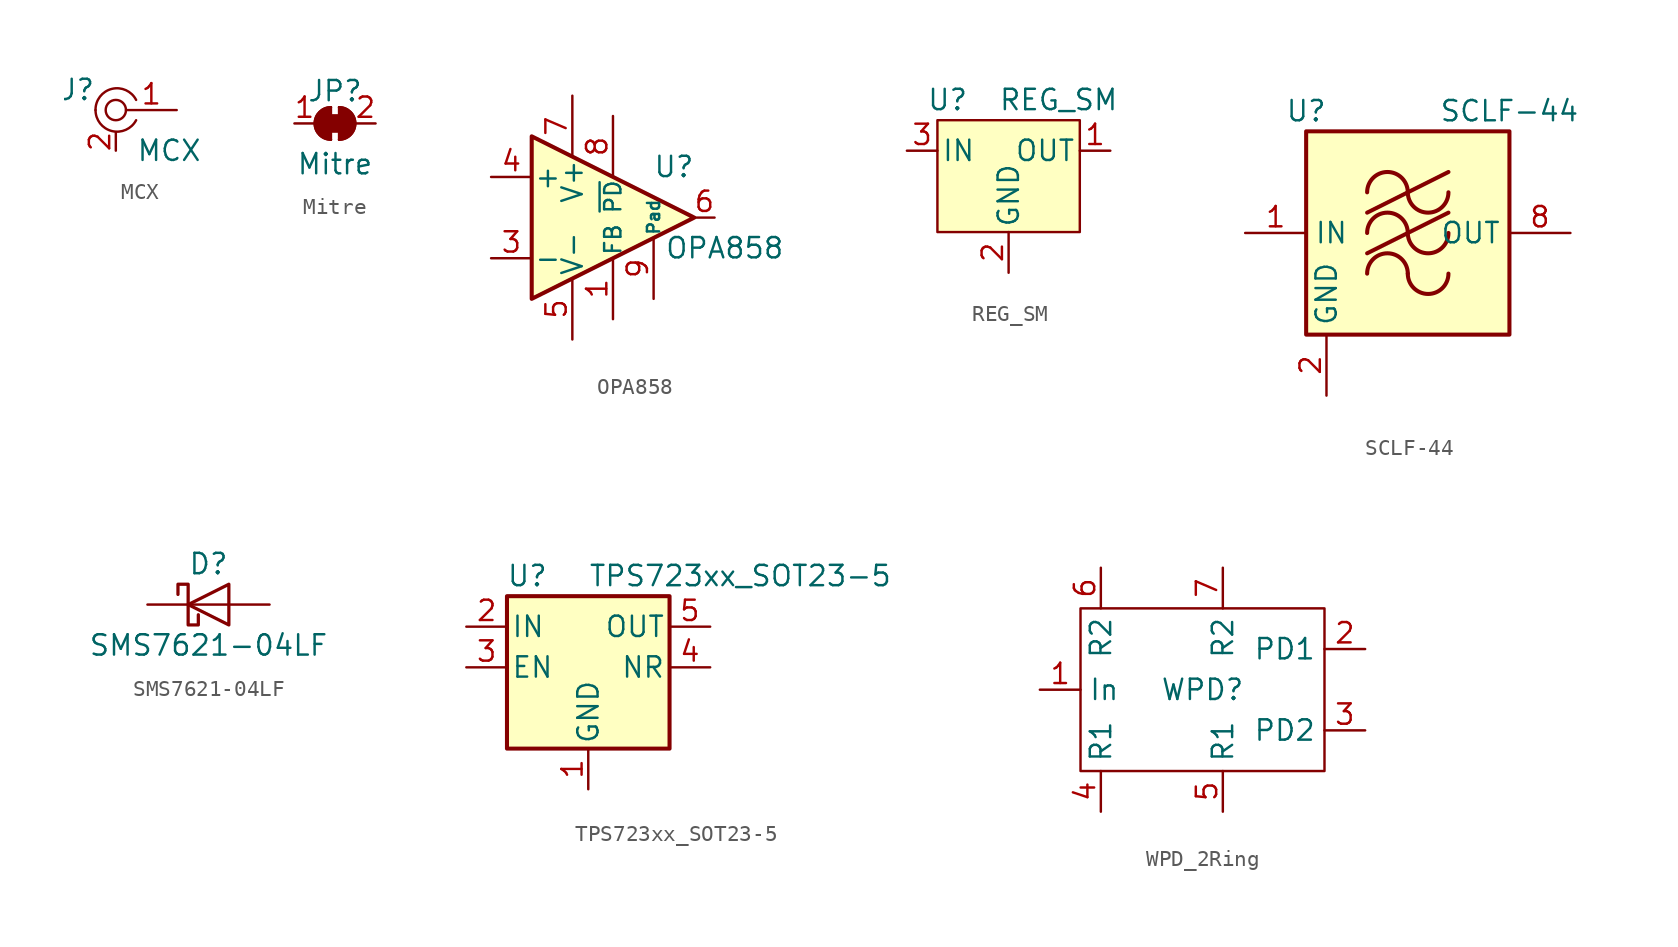
<source format=kicad_sym>
(kicad_symbol_lib
  (version 20241209)
  (generator "kicad_symbol_editor")
  (generator_version "9.0")
  (symbol "MCX"
    (pin_names
      (offset 1.016))
    (property "Reference" "J"
      (at -1.27 1.27 0)
      (effects (font (size 1.27 1.27)) (justify right)))
    (property "Value" "MCX"
      (at 1.27 -2.54 0)
      (effects (font (size 1.27 1.27)) (justify left)))
    (symbol "MCX_1_1"
      (circle (center 0 0) (radius 0.635) (stroke (width 0) (type default)) (fill (type none)))
      (arc (start -1.27 0) (mid -0.2519 1.325) (end 1.27 0.635) (stroke (width 0) (type default)) (fill (type none)))
      (arc (start 1.27 -0.635) (mid -0.2487 -1.3123) (end -1.27 0) (stroke (width 0) (type default)) (fill (type none)))
      (pin passive line (at 0 -2.54 90) (length 1.143) (name "~" (effects (font (size 1.27 1.27)))) (number "2" (effects (font (size 1.27 1.27)))))
      (pin passive line (at 3.81 0 180) (length 3.175) (name "~" (effects (font (size 1.27 1.27)))) (number "1" (effects (font (size 1.27 1.27)))))))
  (symbol "Mitre"
    (pin_names
      (offset 0)
      (hide yes))
    (property "Reference" "JP"
      (at 0 2.032 0)
      (effects (font (size 1.27 1.27))))
    (property "Value" "Mitre"
      (at 0 -2.54 0)
      (effects (font (size 1.27 1.27))))
    (symbol "Mitre_0_1"
      (rectangle (start -0.508 0.508) (end 0.508 -0.508) (stroke (width 0) (type default)) (fill (type outline)))
      (polyline (pts (xy -0.254 1.016) (xy -0.254 -1.016)) (stroke (width 0) (type default)) (fill (type none)))
      (arc (start -0.254 -1.016) (mid -1.2655 0) (end -0.254 1.016) (stroke (width 0) (type default)) (fill (type none)))
      (arc (start -0.254 -1.016) (mid -1.2655 0) (end -0.254 1.016) (stroke (width 0) (type default)) (fill (type outline)))
      (arc (start 0.254 1.016) (mid 1.2655 0) (end 0.254 -1.016) (stroke (width 0) (type default)) (fill (type none)))
      (arc (start 0.254 1.016) (mid 1.2655 0) (end 0.254 -1.016) (stroke (width 0) (type default)) (fill (type outline)))
      (polyline (pts (xy 0.254 1.016) (xy 0.254 -1.016)) (stroke (width 0) (type default)) (fill (type none))))
    (symbol "Mitre_1_1"
      (pin passive line (at -2.54 0 0) (length 1.27) (name "A" (effects (font (size 1.27 1.27)))) (number "1" (effects (font (size 1.27 1.27)))))
      (pin passive line (at 2.54 0 180) (length 1.27) (name "B" (effects (font (size 1.27 1.27)))) (number "2" (effects (font (size 1.27 1.27)))))))
  (symbol "OPA858"
    (pin_names
      (offset 0.127))
    (property "Reference" "U"
      (at 3.81 3.175 0)
      (effects (font (size 1.27 1.27))))
    (property "Value" "OPA858"
      (at 6.985 -1.905 0)
      (effects (font (size 1.27 1.27))))
    (symbol "OPA858_1_1"
      (polyline (pts (xy -5.08 5.08) (xy 5.08 0) (xy -5.08 -5.08) (xy -5.08 5.08)) (stroke (width 0.254) (type default)) (fill (type background)))
      (pin input line (at -7.62 2.54 0) (length 2.54) (name "+" (effects (font (size 1.27 1.27)))) (number "4" (effects (font (size 1.27 1.27)))))
      (pin input line (at -7.62 -2.54 0) (length 2.54) (name "-" (effects (font (size 1.27 1.27)))) (number "3" (effects (font (size 1.27 1.27)))))
      (pin power_in line (at -2.54 7.62 270) (length 3.81) (name "V+" (effects (font (size 1.27 1.27)))) (number "7" (effects (font (size 1.27 1.27)))))
      (pin power_in line (at -2.54 -7.62 90) (length 3.81) (name "V-" (effects (font (size 1.27 1.27)))) (number "5" (effects (font (size 1.27 1.27)))))
      (pin input line (at 0 6.35 270) (length 3.81) (name "~{PD}" (effects (font (size 1.016 1.016)))) (number "8" (effects (font (size 1.27 1.27)))))
      (pin input line (at 0 -6.35 90) (length 3.81) (name "FB" (effects (font (size 1.016 1.016)))) (number "1" (effects (font (size 1.27 1.27)))))
      (pin passive line (at 2.54 -5.08 90) (length 3.81) (name "Pad" (effects (font (size 0.762 0.762)))) (number "9" (effects (font (size 1.27 1.27)))))
      (pin output line (at 6.35 0 180) (length 1.27) (name "~" (effects (font (size 1.27 1.27)))) (number "6" (effects (font (size 1.27 1.27)))))))
  (symbol "REG_SM"
    (pin_names
      (offset 0.254))
    (property "Reference" "U"
      (at -3.81 3.175 0)
      (effects (font (size 1.27 1.27))))
    (property "Value" "REG_SM"
      (at -0.635 3.175 0)
      (effects (font (size 1.27 1.27)) (justify left)))
    (symbol "REG_SM_0_1"
      (rectangle (start -4.445 1.905) (end 4.445 -5.08) (stroke (width 0) (type default)) (fill (type background))))
    (symbol "REG_SM_1_1"
      (pin power_in line (at -6.35 0 0) (length 1.905) (name "IN" (effects (font (size 1.27 1.27)))) (number "3" (effects (font (size 1.27 1.27)))))
      (pin power_in line (at 0 -7.62 90) (length 2.54) (name "GND" (effects (font (size 1.27 1.27)))) (number "2" (effects (font (size 1.27 1.27)))))
      (pin power_out line (at 6.35 0 180) (length 1.905) (name "OUT" (effects (font (size 1.27 1.27)))) (number "1" (effects (font (size 1.27 1.27)))))))
  (symbol "SCLF-44"
    (property "Reference" "U"
      (at -6.35 7.62 0)
      (effects (font (size 1.27 1.27))))
    (property "Value" "SCLF-44"
      (at 6.35 7.62 0)
      (effects (font (size 1.27 1.27))))
    (symbol "SCLF-44_0_1"
      (rectangle (start -6.35 6.35) (end 6.35 -6.35) (stroke (width 0.254) (type default)) (fill (type background)))
      (polyline (pts (xy -2.54 1.27) (xy 2.54 3.81)) (stroke (width 0.254) (type default)) (fill (type none)))
      (polyline (pts (xy -2.54 -1.27) (xy 2.54 1.27)) (stroke (width 0.254) (type default)) (fill (type none)))
      (arc (start -2.54 2.54) (mid -1.27 3.8045) (end 0 2.54) (stroke (width 0.254) (type default)) (fill (type none)))
      (arc (start -2.54 0) (mid -1.27 1.2645) (end 0 0) (stroke (width 0.254) (type default)) (fill (type none)))
      (arc (start -2.54 -2.54) (mid -1.27 -1.2755) (end 0 -2.54) (stroke (width 0.254) (type default)) (fill (type none)))
      (arc (start 2.54 2.54) (mid 1.27 1.2755) (end 0 2.54) (stroke (width 0.254) (type default)) (fill (type none)))
      (arc (start 2.54 0) (mid 1.27 -1.2645) (end 0 0) (stroke (width 0.254) (type default)) (fill (type none)))
      (arc (start 2.54 -2.54) (mid 1.27 -3.8045) (end 0 -2.54) (stroke (width 0.254) (type default)) (fill (type none))))
    (symbol "SCLF-44_1_1"
      (pin input line (at -10.16 0 0) (length 3.81) (name "IN" (effects (font (size 1.27 1.27)))) (number "1" (effects (font (size 1.27 1.27)))))
      (pin power_in line (at -5.08 -10.16 90) (length 3.81) (name "GND" (effects (font (size 1.27 1.27)))) (number "2" (effects (font (size 1.27 1.27)))))
      (pin passive line (at -5.08 -10.16 90) (length 3.81) (hide yes) (name "GND" (effects (font (size 1.27 1.27)))) (number "3" (effects (font (size 1.27 1.27)))))
      (pin passive line (at -5.08 -10.16 90) (length 3.81) (hide yes) (name "GND" (effects (font (size 1.27 1.27)))) (number "4" (effects (font (size 1.27 1.27)))))
      (pin passive line (at -5.08 -10.16 90) (length 3.81) (hide yes) (name "GND" (effects (font (size 1.27 1.27)))) (number "5" (effects (font (size 1.27 1.27)))))
      (pin passive line (at -5.08 -10.16 90) (length 3.81) (hide yes) (name "GND" (effects (font (size 1.27 1.27)))) (number "6" (effects (font (size 1.27 1.27)))))
      (pin passive line (at -5.08 -10.16 90) (length 3.81) (hide yes) (name "GND" (effects (font (size 1.27 1.27)))) (number "7" (effects (font (size 1.27 1.27)))))
      (pin output line (at 10.16 0 180) (length 3.81) (name "OUT" (effects (font (size 1.27 1.27)))) (number "8" (effects (font (size 1.27 1.27)))))))
  (symbol "SMS7621-04LF"
    (pin_numbers
      (hide yes))
    (pin_names
      (offset 1.016)
      (hide yes))
    (property "Reference" "D"
      (at 0 2.54 0)
      (effects (font (size 1.27 1.27))))
    (property "Value" "SMS7621-04LF"
      (at 0 -2.54 0)
      (effects (font (size 1.27 1.27))))
    (symbol "SMS7621-04LF_0_1"
      (polyline (pts (xy -1.905 0.635) (xy -1.905 1.27) (xy -1.27 1.27) (xy -1.27 -1.27) (xy -0.635 -1.27) (xy -0.635 -0.635)) (stroke (width 0.203) (type default)) (fill (type none)))
      (polyline (pts (xy 1.27 1.27) (xy 1.27 -1.27) (xy -1.27 0) (xy 1.27 1.27)) (stroke (width 0.203) (type default)) (fill (type none)))
      (polyline (pts (xy 1.27 0) (xy -1.27 0)) (stroke (width 0) (type default)) (fill (type none))))
    (symbol "SMS7621-04LF_1_1"
      (pin passive line (at -3.81 0 0) (length 2.54) (name "K" (effects (font (size 1.27 1.27)))) (number "1" (effects (font (size 1.27 1.27)))))
      (pin passive line (at 3.81 0 180) (length 2.54) (name "A" (effects (font (size 1.27 1.27)))) (number "2" (effects (font (size 1.27 1.27)))))))
  (symbol "TPS723xx_SOT23-5"
    (pin_names
      (offset 0.254))
    (property "Reference" "U"
      (at -3.81 5.715 0)
      (effects (font (size 1.27 1.27))))
    (property "Value" "TPS723xx_SOT23-5"
      (at 0 5.715 0)
      (effects (font (size 1.27 1.27)) (justify left)))
    (symbol "TPS723xx_SOT23-5_0_0"
      (pin power_in line (at 7.62 0 180) (length 2.54) (name "NR" (effects (font (size 1.27 1.27)))) (number "4" (effects (font (size 1.27 1.27))))))
    (symbol "TPS723xx_SOT23-5_0_1"
      (rectangle (start -5.08 4.445) (end 5.08 -5.08) (stroke (width 0.254) (type default)) (fill (type background))))
    (symbol "TPS723xx_SOT23-5_1_1"
      (pin power_in line (at -7.62 2.54 0) (length 2.54) (name "IN" (effects (font (size 1.27 1.27)))) (number "2" (effects (font (size 1.27 1.27)))))
      (pin input line (at -7.62 0 0) (length 2.54) (name "EN" (effects (font (size 1.27 1.27)))) (number "3" (effects (font (size 1.27 1.27)))))
      (pin power_in line (at 0 -7.62 90) (length 2.54) (name "GND" (effects (font (size 1.27 1.27)))) (number "1" (effects (font (size 1.27 1.27)))))
      (pin power_out line (at 7.62 2.54 180) (length 2.54) (name "OUT" (effects (font (size 1.27 1.27)))) (number "5" (effects (font (size 1.27 1.27)))))))
  (symbol "WPD_2Ring"
    (property "Reference" "WPD"
      (at 0 0 0)
      (effects (font (size 1.27 1.27))))
    (property "Value" ""
      (at 0 0 0)
      (effects (font (size 1.27 1.27))))
    (symbol "WPD_2Ring_0_1"
      (rectangle (start -7.62 5.08) (end 7.62 -5.08) (stroke (width 0) (type default)) (fill (type none))))
    (symbol "WPD_2Ring_1_1"
      (pin input line (at -10.16 0 0) (length 2.54) (name "In" (effects (font (size 1.27 1.27)))) (number "1" (effects (font (size 1.27 1.27)))))
      (pin passive line (at -6.35 7.62 270) (length 2.54) (name "R2" (effects (font (size 1.27 1.27)))) (number "6" (effects (font (size 1.27 1.27)))))
      (pin passive line (at -6.35 -7.62 90) (length 2.54) (name "R1" (effects (font (size 1.27 1.27)))) (number "4" (effects (font (size 1.27 1.27)))))
      (pin passive line (at 1.27 7.62 270) (length 2.54) (name "R2" (effects (font (size 1.27 1.27)))) (number "7" (effects (font (size 1.27 1.27)))))
      (pin passive line (at 1.27 -7.62 90) (length 2.54) (name "R1" (effects (font (size 1.27 1.27)))) (number "5" (effects (font (size 1.27 1.27)))))
      (pin output line (at 10.16 2.54 180) (length 2.54) (name "PD1" (effects (font (size 1.27 1.27)))) (number "2" (effects (font (size 1.27 1.27)))))
      (pin output line (at 10.16 -2.54 180) (length 2.54) (name "PD2" (effects (font (size 1.27 1.27)))) (number "3" (effects (font (size 1.27 1.27))))))))
</source>
